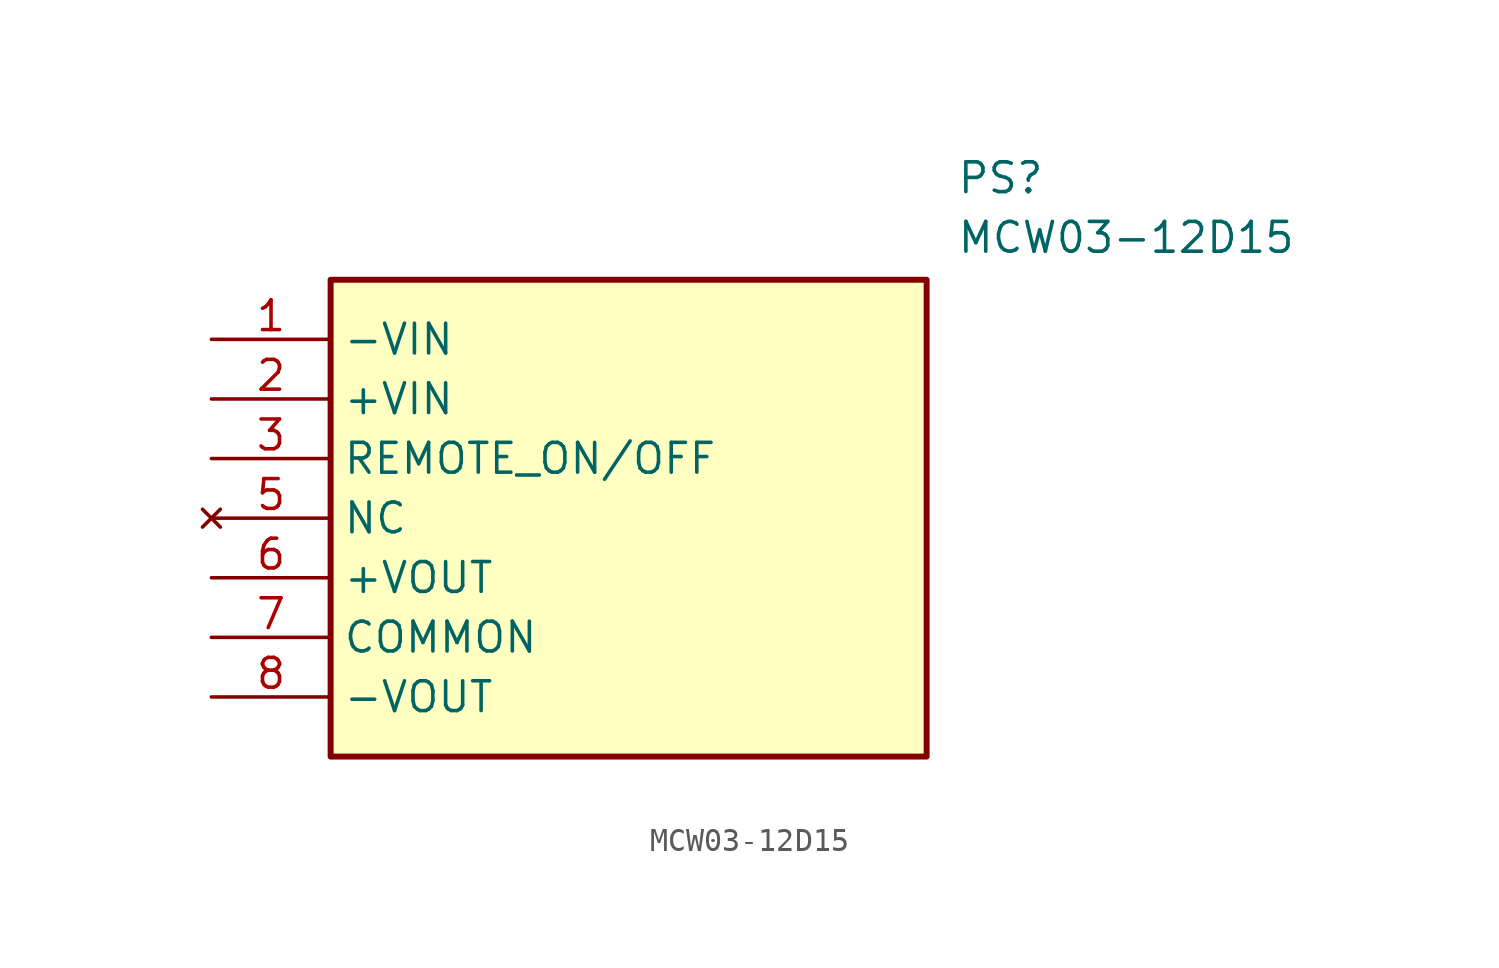
<source format=kicad_sym>
(kicad_symbol_lib
  (version 20211014)
  (generator SamacSys_ECAD_Model)
  (symbol "MCW03-12D15"
    (property "Reference" "PS"
      (at 31.75 7.62 0)
      (effects (font (size 1.27 1.27)) (justify left top)))
    (property "Value" "MCW03-12D15"
      (at 31.75 5.08 0)
      (effects (font (size 1.27 1.27)) (justify left top)))
    (rectangle
      (start 5.08 2.54)
      (end 30.48 -17.78)
      (stroke (width 0.254) (type default))
      (fill (type background)))
    (pin passive line
      (at 0 0 0)
      (length 5.08)
      (name "-VIN" (effects (font (size 1.27 1.27))))
      (number "1" (effects (font (size 1.27 1.27)))))
    (pin passive line
      (at 0 -2.54 0)
      (length 5.08)
      (name "+VIN" (effects (font (size 1.27 1.27))))
      (number "2" (effects (font (size 1.27 1.27)))))
    (pin passive line
      (at 0 -5.08 0)
      (length 5.08)
      (name "REMOTE_ON/OFF" (effects (font (size 1.27 1.27))))
      (number "3" (effects (font (size 1.27 1.27)))))
    (pin no_connect line
      (at 0 -7.62 0)
      (length 5.08)
      (name "NC" (effects (font (size 1.27 1.27))))
      (number "5" (effects (font (size 1.27 1.27)))))
    (pin passive line
      (at 0 -10.16 0)
      (length 5.08)
      (name "+VOUT" (effects (font (size 1.27 1.27))))
      (number "6" (effects (font (size 1.27 1.27)))))
    (pin passive line
      (at 0 -12.7 0)
      (length 5.08)
      (name "COMMON" (effects (font (size 1.27 1.27))))
      (number "7" (effects (font (size 1.27 1.27)))))
    (pin passive line
      (at 0 -15.24 0)
      (length 5.08)
      (name "-VOUT" (effects (font (size 1.27 1.27))))
      (number "8" (effects (font (size 1.27 1.27)))))))
</source>
